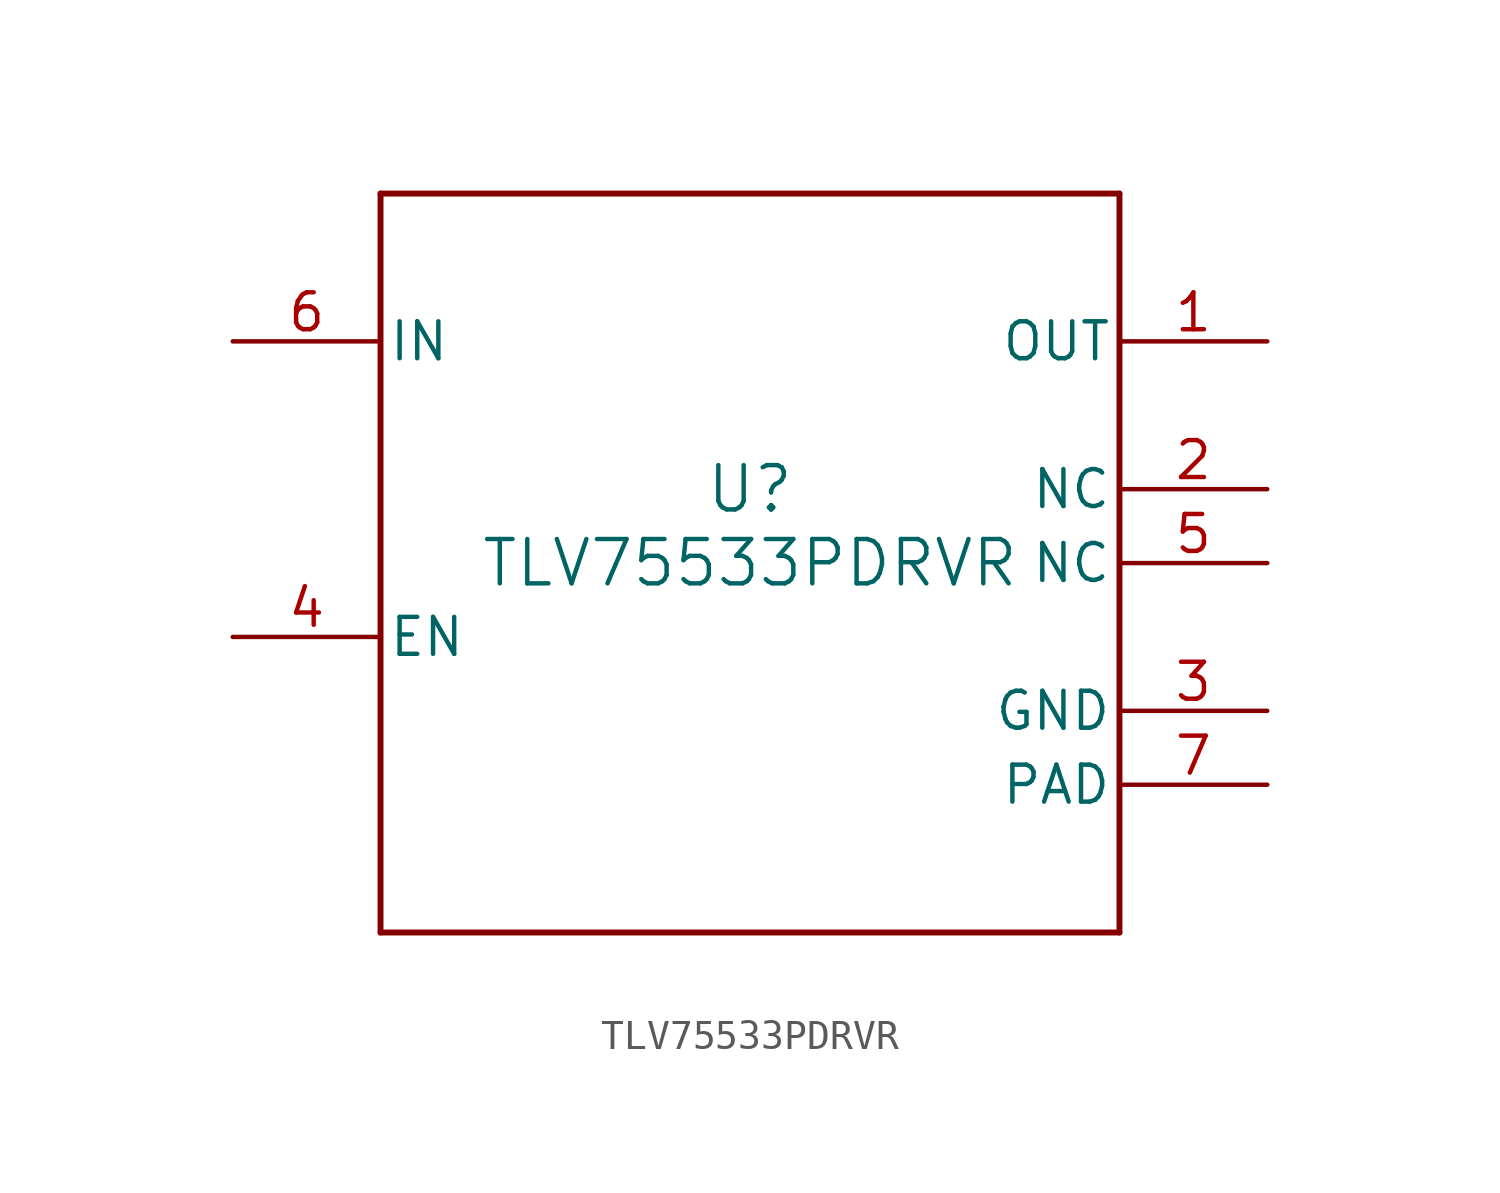
<source format=kicad_sym>
(kicad_symbol_lib
  (version 20211014)
  (generator kicad_symbol_editor)
  (symbol "TLV75533PDRVR"
    (pin_names
      (offset 0.254))
    (property "Reference" "U"
      (at 0 2.54 0)
      (effects (font (size 1.524 1.524))))
    (property "Value" "TLV75533PDRVR"
      (at 0 0 0)
      (effects (font (size 1.524 1.524))))
    (symbol "TLV75533PDRVR_0_1"
      (polyline (pts (xy -12.7 -12.7) (xy 12.7 -12.7)) (stroke (width 0.203) (type default) (color 0 0 0 0)) (fill (type none)))
      (polyline (pts (xy 12.7 -12.7) (xy 12.7 12.7)) (stroke (width 0.203) (type default) (color 0 0 0 0)) (fill (type none)))
      (polyline (pts (xy 12.7 12.7) (xy -12.7 12.7)) (stroke (width 0.203) (type default) (color 0 0 0 0)) (fill (type none)))
      (polyline (pts (xy -12.7 12.7) (xy -12.7 -12.7)) (stroke (width 0.203) (type default) (color 0 0 0 0)) (fill (type none)))
      (pin output line (at 17.78 7.62 180) (length 5.08) (name "OUT" (effects (font (size 1.27 1.27)))) (number "1" (effects (font (size 1.27 1.27)))))
      (pin unspecified line (at 17.78 2.54 180) (length 5.08) (name "NC" (effects (font (size 1.27 1.27)))) (number "2" (effects (font (size 1.27 1.27)))))
      (pin power_in line (at 17.78 -5.08 180) (length 5.08) (name "GND" (effects (font (size 1.27 1.27)))) (number "3" (effects (font (size 1.27 1.27)))))
      (pin input line (at -17.78 -2.54 0) (length 5.08) (name "EN" (effects (font (size 1.27 1.27)))) (number "4" (effects (font (size 1.27 1.27)))))
      (pin unspecified line (at 17.78 0 180) (length 5.08) (name "NC" (effects (font (size 1.27 1.27)))) (number "5" (effects (font (size 1.27 1.27)))))
      (pin input line (at -17.78 7.62 0) (length 5.08) (name "IN" (effects (font (size 1.27 1.27)))) (number "6" (effects (font (size 1.27 1.27)))))
      (pin power_in line (at 17.78 -7.62 180) (length 5.08) (name "PAD" (effects (font (size 1.27 1.27)))) (number "7" (effects (font (size 1.27 1.27))))))))
</source>
